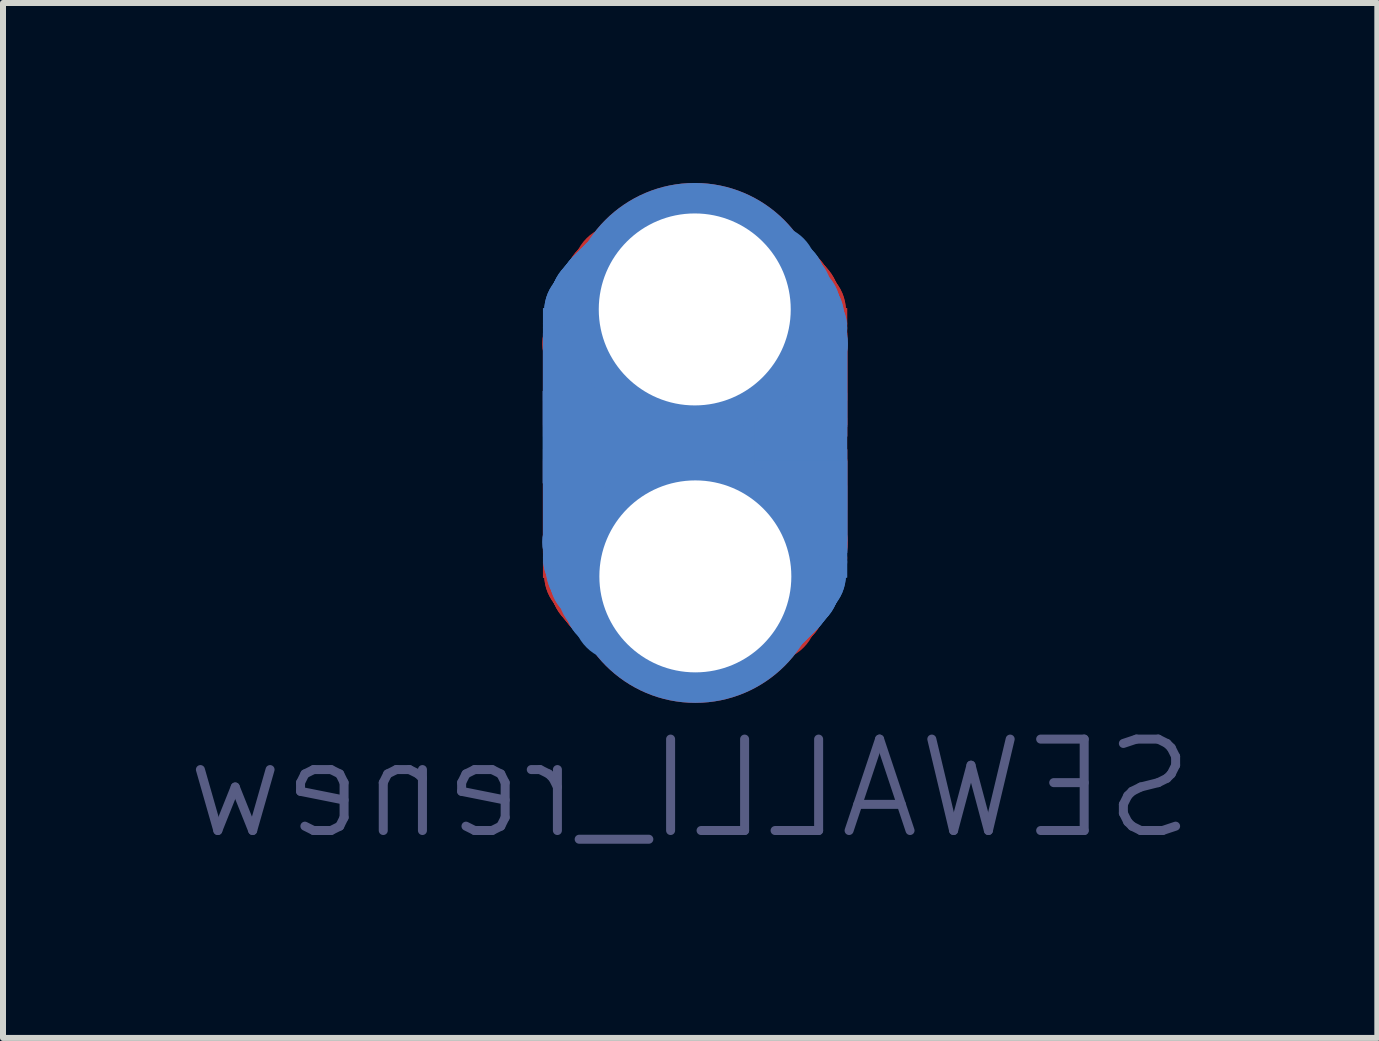
<source format=kicad_pcb>
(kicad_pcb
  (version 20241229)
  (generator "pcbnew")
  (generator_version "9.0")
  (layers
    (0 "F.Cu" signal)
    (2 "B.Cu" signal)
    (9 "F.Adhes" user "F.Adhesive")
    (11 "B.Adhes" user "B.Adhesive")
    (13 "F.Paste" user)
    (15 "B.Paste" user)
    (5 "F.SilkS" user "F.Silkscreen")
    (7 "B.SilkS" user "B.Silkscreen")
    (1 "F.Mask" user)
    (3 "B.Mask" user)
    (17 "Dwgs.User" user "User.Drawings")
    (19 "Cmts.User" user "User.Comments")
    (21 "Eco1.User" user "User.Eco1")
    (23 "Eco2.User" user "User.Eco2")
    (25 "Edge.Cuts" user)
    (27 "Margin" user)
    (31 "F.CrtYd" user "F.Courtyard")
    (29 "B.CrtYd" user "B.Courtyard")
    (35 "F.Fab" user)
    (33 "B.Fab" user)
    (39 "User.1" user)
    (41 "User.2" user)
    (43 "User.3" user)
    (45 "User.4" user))
  (footprint "SEWALLI_renew"
    (layer "F.Cu")
    (at 8.495 4.477)
    (property "Reference" "SEWALLI_renew" (at -0.04 5.62 0) (layer "B.Fab") (effects (font (size 1.524 1.524) (thickness 0.15)) (justify mirror)))
    (attr through_hole)
    (pad "" smd circle (at -1.734 -1.801 90) (size 1.54 1.54) (layers "F.Cu" "F.Mask" "F.Paste"))
    (pad "" smd circle (at -1.734 -1.801 90) (size 1.54 1.54) (layers "F.Cu" "F.Mask" "F.Paste"))
    (pad "" smd circle (at -1.734 1.511 270) (size 1.54 1.54) (layers "B.Cu" "B.Mask" "B.Paste"))
    (pad "" smd circle (at -1.734 1.511 270) (size 1.54 1.54) (layers "B.Cu" "B.Mask" "B.Paste"))
    (pad "" smd rect (at -1.724 1.334 180) (size 1.54 1.54) (layers "F.Cu" "F.Mask" "F.Paste"))
    (pad "" smd rect (at -1.724 1.334 180) (size 1.54 1.54) (layers "F.Cu" "F.Mask" "F.Paste"))
    (pad "" smd circle (at -1.724 -2.129 90) (size 1.54 1.54) (layers "B.Cu" "B.Mask" "B.Paste"))
    (pad "" smd circle (at -1.724 -2.129 90) (size 1.54 1.54) (layers "B.Cu" "B.Mask" "B.Paste"))
    (pad "" smd circle (at -1.724 -2.061 90) (size 1.54 1.54) (layers "F.Cu" "F.Mask" "F.Paste"))
    (pad "" smd circle (at -1.724 -2.061 90) (size 1.54 1.54) (layers "F.Cu" "F.Mask" "F.Paste"))
    (pad "" smd rect (at -1.724 -1.619 180) (size 1.54 1.54) (layers "B.Cu" "B.Mask" "B.Paste"))
    (pad "" smd rect (at -1.724 -1.619 180) (size 1.54 1.54) (layers "B.Cu" "B.Mask" "B.Paste"))
    (pad "" smd rect (at -1.724 -1.209 180) (size 1.54 1.54) (layers "B.Cu" "B.Mask" "B.Paste"))
    (pad "" smd rect (at -1.724 -1.209 180) (size 1.54 1.54) (layers "B.Cu" "B.Mask" "B.Paste"))
    (pad "" smd rect (at -1.724 -1.209 180) (size 1.54 1.54) (layers "B.Cu" "B.Mask" "B.Paste"))
    (pad "" smd rect (at -1.724 -1.181) (size 1.54 1.54) (layers "F.Cu" "F.Mask" "F.Paste"))
    (pad "" smd rect (at -1.724 -1.181) (size 1.54 1.54) (layers "F.Cu" "F.Mask" "F.Paste"))
    (pad "" smd rect (at -1.724 0.891) (size 1.54 1.54) (layers "B.Cu" "B.Mask" "B.Paste"))
    (pad "" smd rect (at -1.724 0.891) (size 1.54 1.54) (layers "B.Cu" "B.Mask" "B.Paste"))
    (pad "" smd rect (at -1.724 0.924 180) (size 1.54 1.54) (layers "F.Cu" "F.Mask" "F.Paste"))
    (pad "" smd rect (at -1.724 0.924 180) (size 1.54 1.54) (layers "F.Cu" "F.Mask" "F.Paste"))
    (pad "" smd rect (at -1.724 0.924 180) (size 1.54 1.54) (layers "F.Cu" "F.Mask" "F.Paste"))
    (pad "" smd circle (at -1.724 1.771 270) (size 1.54 1.54) (layers "B.Cu" "B.Mask" "B.Paste"))
    (pad "" smd circle (at -1.724 1.771 270) (size 1.54 1.54) (layers "B.Cu" "B.Mask" "B.Paste"))
    (pad "" smd circle (at -1.724 1.844 270) (size 1.54 1.54) (layers "F.Cu" "F.Mask" "F.Paste"))
    (pad "" smd circle (at -1.724 1.844 270) (size 1.54 1.54) (layers "F.Cu" "F.Mask" "F.Paste"))
    (pad "" smd circle (at -1.704 2.054 180) (size 1.54 1.54) (layers "F.Cu" "F.Mask" "F.Paste"))
    (pad "" smd circle (at -1.704 2.054 180) (size 1.54 1.54) (layers "F.Cu" "F.Mask" "F.Paste"))
    (pad "" smd circle (at -1.704 -2.339 180) (size 1.54 1.54) (layers "B.Cu" "B.Mask" "B.Paste"))
    (pad "" smd circle (at -1.704 -2.339 180) (size 1.54 1.54) (layers "B.Cu" "B.Mask" "B.Paste"))
    (pad "" smd circle (at -1.704 -1.741 90) (size 1.54 1.54) (layers "F.Cu" "F.Mask" "F.Paste"))
    (pad "" smd circle (at -1.704 -1.741 90) (size 1.54 1.54) (layers "F.Cu" "F.Mask" "F.Paste"))
    (pad "" smd circle (at -1.704 1.451 270) (size 1.54 1.54) (layers "B.Cu" "B.Mask" "B.Paste"))
    (pad "" smd circle (at -1.704 1.451 270) (size 1.54 1.54) (layers "B.Cu" "B.Mask" "B.Paste"))
    (pad "" smd circle (at -1.674 -2.251 90) (size 1.54 1.54) (layers "F.Cu" "F.Mask" "F.Paste"))
    (pad "" smd circle (at -1.674 -2.251 90) (size 1.54 1.54) (layers "F.Cu" "F.Mask" "F.Paste"))
    (pad "" smd circle (at -1.674 1.961 270) (size 1.54 1.54) (layers "B.Cu" "B.Mask" "B.Paste"))
    (pad "" smd circle (at -1.674 1.961 270) (size 1.54 1.54) (layers "B.Cu" "B.Mask" "B.Paste"))
    (pad "" smd circle (at -1.634 -2.449 180) (size 1.54 1.54) (layers "B.Cu" "B.Mask" "B.Paste"))
    (pad "" smd circle (at -1.634 -2.449 180) (size 1.54 1.54) (layers "B.Cu" "B.Mask" "B.Paste"))
    (pad "" smd circle (at -1.634 2.164 180) (size 1.54 1.54) (layers "F.Cu" "F.Mask" "F.Paste"))
    (pad "" smd circle (at -1.634 2.164 180) (size 1.54 1.54) (layers "F.Cu" "F.Mask" "F.Paste"))
    (pad "" smd circle (at -1.614 -2.401 90) (size 1.54 1.54) (layers "F.Cu" "F.Mask" "F.Paste"))
    (pad "" smd circle (at -1.614 -2.401 90) (size 1.54 1.54) (layers "F.Cu" "F.Mask" "F.Paste"))
    (pad "" smd circle (at -1.614 2.111 270) (size 1.54 1.54) (layers "B.Cu" "B.Mask" "B.Paste"))
    (pad "" smd circle (at -1.614 2.111 270) (size 1.54 1.54) (layers "B.Cu" "B.Mask" "B.Paste"))
    (pad "" smd circle (at -1.594 -2.529 180) (size 1.54 1.54) (layers "B.Cu" "B.Mask" "B.Paste"))
    (pad "" smd circle (at -1.594 -2.529 180) (size 1.54 1.54) (layers "B.Cu" "B.Mask" "B.Paste"))
    (pad "" smd circle (at -1.594 2.244 180) (size 1.54 1.54) (layers "F.Cu" "F.Mask" "F.Paste"))
    (pad "" smd circle (at -1.594 2.244 180) (size 1.54 1.54) (layers "F.Cu" "F.Mask" "F.Paste"))
    (pad "" smd circle (at -1.554 -2.091 90) (size 1.54 1.54) (layers "F.Cu" "F.Mask" "F.Paste"))
    (pad "" smd circle (at -1.554 -2.091 90) (size 1.54 1.54) (layers "F.Cu" "F.Mask" "F.Paste"))
    (pad "" smd circle (at -1.554 1.801 270) (size 1.54 1.54) (layers "B.Cu" "B.Mask" "B.Paste"))
    (pad "" smd circle (at -1.554 1.801 270) (size 1.54 1.54) (layers "B.Cu" "B.Mask" "B.Paste"))
    (pad "" smd circle (at -1.534 -2.599 180) (size 1.54 1.54) (layers "B.Cu" "B.Mask" "B.Paste"))
    (pad "" smd circle (at -1.534 -2.599 180) (size 1.54 1.54) (layers "B.Cu" "B.Mask" "B.Paste"))
    (pad "" smd circle (at -1.534 2.314 180) (size 1.54 1.54) (layers "F.Cu" "F.Mask" "F.Paste"))
    (pad "" smd circle (at -1.534 2.314 180) (size 1.54 1.54) (layers "F.Cu" "F.Mask" "F.Paste"))
    (pad "" smd circle (at -1.474 -2.641 90) (size 1.54 1.54) (layers "F.Cu" "F.Mask" "F.Paste"))
    (pad "" smd circle (at -1.474 2.351 270) (size 1.54 1.54) (layers "B.Cu" "B.Mask" "B.Paste"))
    (pad "" smd circle (at -1.464 -2.689 180) (size 1.54 1.54) (layers "B.Cu" "B.Mask" "B.Paste"))
    (pad "" smd circle (at -1.464 -2.689 180) (size 1.54 1.54) (layers "B.Cu" "B.Mask" "B.Paste"))
    (pad "" smd circle (at -1.464 2.404 180) (size 1.54 1.54) (layers "F.Cu" "F.Mask" "F.Paste"))
    (pad "" smd circle (at -1.464 2.404 180) (size 1.54 1.54) (layers "F.Cu" "F.Mask" "F.Paste"))
    (pad "" smd circle (at -1.394 -2.759 180) (size 1.54 1.54) (layers "B.Cu" "B.Mask" "B.Paste"))
    (pad "" smd circle (at -1.394 -2.759 180) (size 1.54 1.54) (layers "B.Cu" "B.Mask" "B.Paste"))
    (pad "" smd circle (at -1.394 2.474 180) (size 1.54 1.54) (layers "F.Cu" "F.Mask" "F.Paste"))
    (pad "" smd circle (at -1.394 2.474 180) (size 1.54 1.54) (layers "F.Cu" "F.Mask" "F.Paste"))
    (pad "" smd circle (at -1.364 -2.821 90) (size 1.54 1.54) (layers "F.Cu" "F.Mask" "F.Paste"))
    (pad "" smd circle (at -1.364 -2.821 90) (size 1.54 1.54) (layers "F.Cu" "F.Mask" "F.Paste"))
    (pad "" smd circle (at -1.364 2.531 270) (size 1.54 1.54) (layers "B.Cu" "B.Mask" "B.Paste"))
    (pad "" smd circle (at -1.364 2.531 270) (size 1.54 1.54) (layers "B.Cu" "B.Mask" "B.Paste"))
    (pad "" smd circle (at -1.314 -2.839 180) (size 1.54 1.54) (layers "B.Cu" "B.Mask" "B.Paste"))
    (pad "" smd circle (at -1.314 -2.839 180) (size 1.54 1.54) (layers "B.Cu" "B.Mask" "B.Paste"))
    (pad "" smd circle (at -1.314 2.554 180) (size 1.54 1.54) (layers "F.Cu" "F.Mask" "F.Paste"))
    (pad "" smd circle (at -1.314 2.554 180) (size 1.54 1.54) (layers "F.Cu" "F.Mask" "F.Paste"))
    (pad "" smd circle (at -1.234 -2.919 180) (size 1.54 1.54) (layers "B.Cu" "B.Mask" "B.Paste"))
    (pad "" smd circle (at -1.234 -2.919 180) (size 1.54 1.54) (layers "B.Cu" "B.Mask" "B.Paste"))
    (pad "" smd circle (at -1.234 2.634 180) (size 1.54 1.54) (layers "F.Cu" "F.Mask" "F.Paste"))
    (pad "" smd circle (at -1.234 2.634 180) (size 1.54 1.54) (layers "F.Cu" "F.Mask" "F.Paste"))
    (pad "" smd circle (at -1.224 2.721 270) (size 1.54 1.54) (layers "B.Cu" "B.Mask" "B.Paste"))
    (pad "" smd circle (at -1.224 -3.011 90) (size 1.54 1.54) (layers "F.Cu" "F.Mask" "F.Paste"))
    (pad "" smd rect (at 0 -0.24 180) (size 5 1.54) (layers "B.Cu" "B.Mask" "B.Paste"))
    (pad "" smd rect (at 0.006 0.731) (size 5 1.54) (layers "B.Cu" "B.Mask" "B.Paste"))
    (pad "" smd rect (at 0.006 0.731) (size 5 1.54) (layers "B.Cu" "B.Mask" "B.Paste"))
    (pad "" smd rect (at 0.006 -1.021) (size 5 1.54) (layers "F.Cu" "F.Mask" "F.Paste"))
    (pad "" smd rect (at 0.006 -1.021) (size 5 1.54) (layers "F.Cu" "F.Mask" "F.Paste"))
    (pad "" smd rect (at 0.006 -1.019 180) (size 5 1.54) (layers "B.Cu" "B.Mask" "B.Paste"))
    (pad "" smd rect (at 0.006 -1.019 180) (size 5 1.54) (layers "B.Cu" "B.Mask" "B.Paste"))
    (pad "" smd rect (at 0.006 0.734 180) (size 5 1.54) (layers "F.Cu" "F.Mask" "F.Paste"))
    (pad "" smd rect (at 0.006 0.734 180) (size 5 1.54) (layers "F.Cu" "F.Mask" "F.Paste"))
    (pad "" smd rect (at 0.01 0.44 180) (size 5 1.54) (layers "F.Cu" "F.Mask" "F.Paste"))
    (pad "" smd rect (at 0.076 0.734 180) (size 5 1.54) (layers "F.Cu" "F.Mask" "F.Paste"))
    (pad "" smd rect (at 0.076 0.734 180) (size 5 1.54) (layers "F.Cu" "F.Mask" "F.Paste"))
    (pad "" smd rect (at 0.076 -1.021) (size 5 1.54) (layers "F.Cu" "F.Mask" "F.Paste"))
    (pad "" smd rect (at 0.076 -1.021) (size 5 1.54) (layers "F.Cu" "F.Mask" "F.Paste"))
    (pad "" smd rect (at 0.076 -1.019 180) (size 5 1.54) (layers "B.Cu" "B.Mask" "B.Paste"))
    (pad "" smd rect (at 0.076 -1.019 180) (size 5 1.54) (layers "B.Cu" "B.Mask" "B.Paste"))
    (pad "" smd rect (at 0.076 0.731) (size 5 1.54) (layers "B.Cu" "B.Mask" "B.Paste"))
    (pad "" smd rect (at 0.076 0.731) (size 5 1.54) (layers "B.Cu" "B.Mask" "B.Paste"))
    (pad "" smd circle (at 1.306 -3.009 90) (size 1.54 1.54) (layers "B.Cu" "B.Mask" "B.Paste"))
    (pad "" smd circle (at 1.306 2.724 270) (size 1.54 1.54) (layers "F.Cu" "F.Mask" "F.Paste"))
    (pad "" smd circle (at 1.316 -2.921) (size 1.54 1.54) (layers "F.Cu" "F.Mask" "F.Paste"))
    (pad "" smd circle (at 1.316 -2.921) (size 1.54 1.54) (layers "F.Cu" "F.Mask" "F.Paste"))
    (pad "" smd circle (at 1.316 2.631) (size 1.54 1.54) (layers "B.Cu" "B.Mask" "B.Paste"))
    (pad "" smd circle (at 1.316 2.631) (size 1.54 1.54) (layers "B.Cu" "B.Mask" "B.Paste"))
    (pad "" smd circle (at 1.396 -2.841) (size 1.54 1.54) (layers "F.Cu" "F.Mask" "F.Paste"))
    (pad "" smd circle (at 1.396 -2.841) (size 1.54 1.54) (layers "F.Cu" "F.Mask" "F.Paste"))
    (pad "" smd circle (at 1.396 2.551) (size 1.54 1.54) (layers "B.Cu" "B.Mask" "B.Paste"))
    (pad "" smd circle (at 1.396 2.551) (size 1.54 1.54) (layers "B.Cu" "B.Mask" "B.Paste"))
    (pad "" smd circle (at 1.446 -2.819 90) (size 1.54 1.54) (layers "B.Cu" "B.Mask" "B.Paste"))
    (pad "" smd circle (at 1.446 -2.819 90) (size 1.54 1.54) (layers "B.Cu" "B.Mask" "B.Paste"))
    (pad "" smd circle (at 1.446 2.534 270) (size 1.54 1.54) (layers "F.Cu" "F.Mask" "F.Paste"))
    (pad "" smd circle (at 1.446 2.534 270) (size 1.54 1.54) (layers "F.Cu" "F.Mask" "F.Paste"))
    (pad "" smd circle (at 1.476 -2.761) (size 1.54 1.54) (layers "F.Cu" "F.Mask" "F.Paste"))
    (pad "" smd circle (at 1.476 -2.761) (size 1.54 1.54) (layers "F.Cu" "F.Mask" "F.Paste"))
    (pad "" smd circle (at 1.476 2.471) (size 1.54 1.54) (layers "B.Cu" "B.Mask" "B.Paste"))
    (pad "" smd circle (at 1.476 2.471) (size 1.54 1.54) (layers "B.Cu" "B.Mask" "B.Paste"))
    (pad "" smd circle (at 1.546 -2.691) (size 1.54 1.54) (layers "F.Cu" "F.Mask" "F.Paste"))
    (pad "" smd circle (at 1.546 -2.691) (size 1.54 1.54) (layers "F.Cu" "F.Mask" "F.Paste"))
    (pad "" smd circle (at 1.546 2.401) (size 1.54 1.54) (layers "B.Cu" "B.Mask" "B.Paste"))
    (pad "" smd circle (at 1.546 2.401) (size 1.54 1.54) (layers "B.Cu" "B.Mask" "B.Paste"))
    (pad "" smd circle (at 1.556 -2.639 90) (size 1.54 1.54) (layers "B.Cu" "B.Mask" "B.Paste"))
    (pad "" smd circle (at 1.556 2.354 270) (size 1.54 1.54) (layers "F.Cu" "F.Mask" "F.Paste"))
    (pad "" smd circle (at 1.616 -2.601) (size 1.54 1.54) (layers "F.Cu" "F.Mask" "F.Paste"))
    (pad "" smd circle (at 1.616 -2.601) (size 1.54 1.54) (layers "F.Cu" "F.Mask" "F.Paste"))
    (pad "" smd circle (at 1.616 2.311) (size 1.54 1.54) (layers "B.Cu" "B.Mask" "B.Paste"))
    (pad "" smd circle (at 1.616 2.311) (size 1.54 1.54) (layers "B.Cu" "B.Mask" "B.Paste"))
    (pad "" smd circle (at 1.636 -2.089 90) (size 1.54 1.54) (layers "B.Cu" "B.Mask" "B.Paste"))
    (pad "" smd circle (at 1.636 -2.089 90) (size 1.54 1.54) (layers "B.Cu" "B.Mask" "B.Paste"))
    (pad "" smd circle (at 1.636 1.804 270) (size 1.54 1.54) (layers "F.Cu" "F.Mask" "F.Paste"))
    (pad "" smd circle (at 1.636 1.804 270) (size 1.54 1.54) (layers "F.Cu" "F.Mask" "F.Paste"))
    (pad "" smd circle (at 1.676 -2.531) (size 1.54 1.54) (layers "F.Cu" "F.Mask" "F.Paste"))
    (pad "" smd circle (at 1.676 -2.531) (size 1.54 1.54) (layers "F.Cu" "F.Mask" "F.Paste"))
    (pad "" smd circle (at 1.676 2.241) (size 1.54 1.54) (layers "B.Cu" "B.Mask" "B.Paste"))
    (pad "" smd circle (at 1.676 2.241) (size 1.54 1.54) (layers "B.Cu" "B.Mask" "B.Paste"))
    (pad "" smd circle (at 1.696 -2.399 90) (size 1.54 1.54) (layers "B.Cu" "B.Mask" "B.Paste"))
    (pad "" smd circle (at 1.696 -2.399 90) (size 1.54 1.54) (layers "B.Cu" "B.Mask" "B.Paste"))
    (pad "" smd circle (at 1.696 2.114 270) (size 1.54 1.54) (layers "F.Cu" "F.Mask" "F.Paste"))
    (pad "" smd circle (at 1.696 2.114 270) (size 1.54 1.54) (layers "F.Cu" "F.Mask" "F.Paste"))
    (pad "" smd circle (at 1.716 -2.451) (size 1.54 1.54) (layers "F.Cu" "F.Mask" "F.Paste"))
    (pad "" smd circle (at 1.716 -2.451) (size 1.54 1.54) (layers "F.Cu" "F.Mask" "F.Paste"))
    (pad "" smd circle (at 1.716 2.161) (size 1.54 1.54) (layers "B.Cu" "B.Mask" "B.Paste"))
    (pad "" smd circle (at 1.716 2.161) (size 1.54 1.54) (layers "B.Cu" "B.Mask" "B.Paste"))
    (pad "" smd circle (at 1.756 -2.249 90) (size 1.54 1.54) (layers "B.Cu" "B.Mask" "B.Paste"))
    (pad "" smd circle (at 1.756 -2.249 90) (size 1.54 1.54) (layers "B.Cu" "B.Mask" "B.Paste"))
    (pad "" smd circle (at 1.756 1.964 270) (size 1.54 1.54) (layers "F.Cu" "F.Mask" "F.Paste"))
    (pad "" smd circle (at 1.756 1.964 270) (size 1.54 1.54) (layers "F.Cu" "F.Mask" "F.Paste"))
    (pad "" smd circle (at 1.786 -2.341) (size 1.54 1.54) (layers "F.Cu" "F.Mask" "F.Paste"))
    (pad "" smd circle (at 1.786 -2.341) (size 1.54 1.54) (layers "F.Cu" "F.Mask" "F.Paste"))
    (pad "" smd circle (at 1.786 -1.739 90) (size 1.54 1.54) (layers "B.Cu" "B.Mask" "B.Paste"))
    (pad "" smd circle (at 1.786 -1.739 90) (size 1.54 1.54) (layers "B.Cu" "B.Mask" "B.Paste"))
    (pad "" smd circle (at 1.786 -1.739 90) (size 1.54 1.54) (layers "B.Cu" "B.Mask" "B.Paste"))
    (pad "" smd circle (at 1.786 1.454 270) (size 1.54 1.54) (layers "F.Cu" "F.Mask" "F.Paste"))
    (pad "" smd circle (at 1.786 1.454 270) (size 1.54 1.54) (layers "F.Cu" "F.Mask" "F.Paste"))
    (pad "" smd circle (at 1.786 2.051) (size 1.54 1.54) (layers "B.Cu" "B.Mask" "B.Paste"))
    (pad "" smd circle (at 1.786 2.051) (size 1.54 1.54) (layers "B.Cu" "B.Mask" "B.Paste"))
    (pad "" smd circle (at 1.806 -2.131 90) (size 1.54 1.54) (layers "F.Cu" "F.Mask" "F.Paste"))
    (pad "" smd circle (at 1.806 -2.131 90) (size 1.54 1.54) (layers "F.Cu" "F.Mask" "F.Paste"))
    (pad "" smd circle (at 1.806 -2.059 90) (size 1.54 1.54) (layers "B.Cu" "B.Mask" "B.Paste"))
    (pad "" smd circle (at 1.806 -2.059 90) (size 1.54 1.54) (layers "B.Cu" "B.Mask" "B.Paste"))
    (pad "" smd rect (at 1.806 -1.621) (size 1.54 1.54) (layers "F.Cu" "F.Mask" "F.Paste"))
    (pad "" smd rect (at 1.806 -1.621) (size 1.54 1.54) (layers "F.Cu" "F.Mask" "F.Paste"))
    (pad "" smd rect (at 1.806 -1.211) (size 1.54 1.54) (layers "F.Cu" "F.Mask" "F.Paste"))
    (pad "" smd rect (at 1.806 -1.211) (size 1.54 1.54) (layers "F.Cu" "F.Mask" "F.Paste"))
    (pad "" smd rect (at 1.806 -1.211) (size 1.54 1.54) (layers "F.Cu" "F.Mask" "F.Paste"))
    (pad "" smd rect (at 1.806 -1.179 180) (size 1.54 1.54) (layers "B.Cu" "B.Mask" "B.Paste"))
    (pad "" smd rect (at 1.806 -1.179 180) (size 1.54 1.54) (layers "B.Cu" "B.Mask" "B.Paste"))
    (pad "" smd rect (at 1.806 -0.21 180) (size 1.54 1.54) (layers "B.Cu" "B.Mask" "B.Paste"))
    (pad "" smd rect (at 1.806 0.21 180) (size 1.54 1.54) (layers "F.Cu" "F.Mask" "F.Paste"))
    (pad "" smd rect (at 1.806 0.894 180) (size 1.54 1.54) (layers "F.Cu" "F.Mask" "F.Paste"))
    (pad "" smd rect (at 1.806 0.894 180) (size 1.54 1.54) (layers "F.Cu" "F.Mask" "F.Paste"))
    (pad "" smd rect (at 1.806 0.921) (size 1.54 1.54) (layers "B.Cu" "B.Mask" "B.Paste"))
    (pad "" smd rect (at 1.806 0.921) (size 1.54 1.54) (layers "B.Cu" "B.Mask" "B.Paste"))
    (pad "" smd rect (at 1.806 0.921) (size 1.54 1.54) (layers "B.Cu" "B.Mask" "B.Paste"))
    (pad "" smd rect (at 1.806 1.331) (size 1.54 1.54) (layers "B.Cu" "B.Mask" "B.Paste"))
    (pad "" smd rect (at 1.806 1.331) (size 1.54 1.54) (layers "B.Cu" "B.Mask" "B.Paste"))
    (pad "" smd circle (at 1.806 1.774 270) (size 1.54 1.54) (layers "F.Cu" "F.Mask" "F.Paste"))
    (pad "" smd circle (at 1.806 1.774 270) (size 1.54 1.54) (layers "F.Cu" "F.Mask" "F.Paste"))
    (pad "" smd circle (at 1.806 1.841 270) (size 1.54 1.54) (layers "B.Cu" "B.Mask" "B.Paste"))
    (pad "" smd circle (at 1.806 1.841 270) (size 1.54 1.54) (layers "B.Cu" "B.Mask" "B.Paste"))
    (pad "" smd circle (at 1.816 -1.799 90) (size 1.54 1.54) (layers "B.Cu" "B.Mask" "B.Paste"))
    (pad "" smd circle (at 1.816 -1.799 90) (size 1.54 1.54) (layers "B.Cu" "B.Mask" "B.Paste"))
    (pad "" smd circle (at 1.816 1.514 270) (size 1.54 1.54) (layers "F.Cu" "F.Mask" "F.Paste"))
    (pad "" smd circle (at 1.816 1.514 270) (size 1.54 1.54) (layers "F.Cu" "F.Mask" "F.Paste"))
    (pad "1" thru_hole circle (at 0.036 -2.369) (size 4.216 4.216) (drill 3.2) (layers "*.Cu" "*.Mask"))
    (pad "1" thru_hole circle (at 0.046 2.081 180) (size 4.216 4.216) (drill 3.2) (layers "*.Cu" "*.Mask")))
  (gr_rect
    (start -3 -3)
    (end 19.909 14.252)
    (stroke (width 0.1) (type default))
    (fill no)
    (layer "Edge.Cuts")))
</source>
